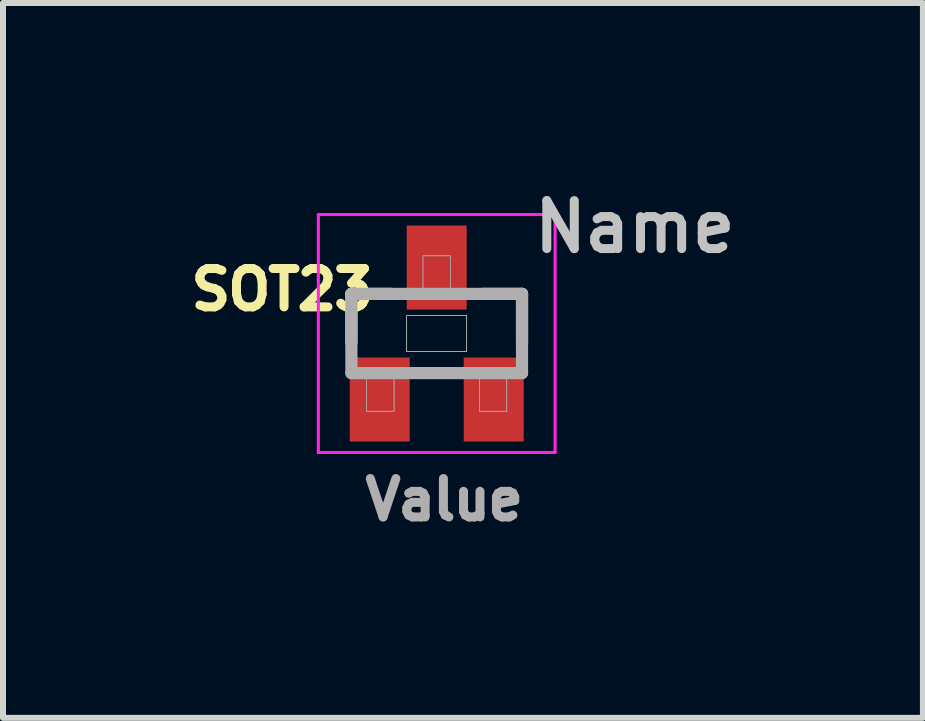
<source format=kicad_pcb>
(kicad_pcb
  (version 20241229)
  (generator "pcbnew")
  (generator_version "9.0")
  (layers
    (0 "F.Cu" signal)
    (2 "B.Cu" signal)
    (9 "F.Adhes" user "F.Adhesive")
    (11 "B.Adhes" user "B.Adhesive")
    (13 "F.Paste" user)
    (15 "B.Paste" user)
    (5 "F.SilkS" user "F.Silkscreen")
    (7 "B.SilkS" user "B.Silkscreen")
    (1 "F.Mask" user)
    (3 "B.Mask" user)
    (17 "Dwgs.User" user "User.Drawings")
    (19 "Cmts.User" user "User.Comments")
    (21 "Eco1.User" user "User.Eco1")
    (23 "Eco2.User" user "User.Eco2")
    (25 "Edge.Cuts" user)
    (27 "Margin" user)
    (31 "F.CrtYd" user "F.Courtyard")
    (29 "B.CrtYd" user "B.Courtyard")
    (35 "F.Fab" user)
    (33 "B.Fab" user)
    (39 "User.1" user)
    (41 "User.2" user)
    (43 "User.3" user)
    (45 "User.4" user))
  (footprint "SOT23"
    (layer "F.Cu")
    (at 4.229 2.509)
    (property "Reference" "SOT23" (at -2.575 -0.732 180) (layer "F.SilkS") (effects (font (size 0.64 0.64) (thickness 0.15))))
    (attr smd)
    (fp_line (start -1.422 -0.66) (end -0.764 -0.66) (stroke (width 0.203) (type solid)) (layer "F.SilkS"))
    (fp_line (start -1.422 0.152) (end -1.422 -0.66) (stroke (width 0.203) (type solid)) (layer "F.SilkS"))
    (fp_line (start 0.764 -0.66) (end 1.422 -0.66) (stroke (width 0.203) (type solid)) (layer "F.SilkS"))
    (fp_line (start 1.422 -0.66) (end 1.422 0.152) (stroke (width 0.203) (type solid)) (layer "F.SilkS"))
    (fp_poly (pts (xy -0.5 -0.3) (xy 0.5 -0.3) (xy 0.5 0.3) (xy -0.5 0.3)) (stroke (width 0.01) (type solid)) (fill no) (layer "Dwgs.User"))
    (fp_poly (pts (xy -0.5 -0.3) (xy 0.5 -0.3) (xy 0.5 0.3) (xy -0.5 0.3)) (stroke (width 0.01) (type solid)) (fill no) (layer "Dwgs.User"))
    (fp_line (start -1.973 -1.983) (end 1.973 -1.983) (stroke (width 0.051) (type solid)) (layer "F.CrtYd"))
    (fp_line (start -1.973 1.983) (end -1.973 -1.983) (stroke (width 0.051) (type solid)) (layer "F.CrtYd"))
    (fp_line (start 1.973 -1.983) (end 1.973 1.983) (stroke (width 0.051) (type solid)) (layer "F.CrtYd"))
    (fp_line (start 1.973 1.983) (end -1.973 1.983) (stroke (width 0.051) (type solid)) (layer "F.CrtYd"))
    (fp_line (start -1.422 -0.66) (end 1.422 -0.66) (stroke (width 0.203) (type solid)) (layer "F.Fab"))
    (fp_line (start -1.422 0.66) (end -1.422 -0.66) (stroke (width 0.203) (type solid)) (layer "F.Fab"))
    (fp_line (start -1.422 -0.66) (end 1.422 -0.66) (stroke (width 0.152) (type solid)) (layer "F.Fab"))
    (fp_line (start -1.422 0.66) (end -1.422 -0.66) (stroke (width 0.152) (type solid)) (layer "F.Fab"))
    (fp_line (start 1.422 -0.66) (end 1.422 0.66) (stroke (width 0.152) (type solid)) (layer "F.Fab"))
    (fp_line (start 1.422 0.66) (end -1.422 0.66) (stroke (width 0.152) (type solid)) (layer "F.Fab"))
    (fp_line (start 1.422 -0.66) (end 1.422 0.66) (stroke (width 0.203) (type solid)) (layer "F.Fab"))
    (fp_line (start 1.422 0.66) (end -1.422 0.66) (stroke (width 0.203) (type solid)) (layer "F.Fab"))
    (fp_poly (pts (xy -1.168 0.711) (xy -0.711 0.711) (xy -0.711 1.295) (xy -1.168 1.295)) (stroke (width 0.01) (type solid)) (fill no) (layer "F.Fab"))
    (fp_poly (pts (xy -1.168 0.711) (xy -0.711 0.711) (xy -0.711 1.295) (xy -1.168 1.295)) (stroke (width 0.01) (type solid)) (fill no) (layer "F.Fab"))
    (fp_poly (pts (xy -0.229 -1.295) (xy 0.229 -1.295) (xy 0.229 -0.711) (xy -0.229 -0.711)) (stroke (width 0.01) (type solid)) (fill no) (layer "F.Fab"))
    (fp_poly (pts (xy -0.229 -1.295) (xy 0.229 -1.295) (xy 0.229 -0.711) (xy -0.229 -0.711)) (stroke (width 0.01) (type solid)) (fill no) (layer "F.Fab"))
    (fp_poly (pts (xy 0.711 0.711) (xy 1.168 0.711) (xy 1.168 1.295) (xy 0.711 1.295)) (stroke (width 0.01) (type solid)) (fill no) (layer "F.Fab"))
    (fp_poly (pts (xy 0.711 0.711) (xy 1.168 0.711) (xy 1.168 1.295) (xy 0.711 1.295)) (stroke (width 0.01) (type solid)) (fill no) (layer "F.Fab"))
    (fp_text user "Name" (at 3.302 -1.778 0) (layer "Dwgs.User") (effects (font (size 0.8 0.8) (thickness 0.15))))
    (fp_text user "Value" (at 0.127 2.769 0) (layer "F.Fab") (effects (font (size 0.64 0.64) (thickness 0.15))))
    (pad "1" smd rect (at -0.95 1.1) (size 1 1.4) (layers "F.Cu" "F.Mask" "F.Paste"))
    (pad "2" smd rect (at 0.95 1.1) (size 1 1.4) (layers "F.Cu" "F.Mask" "F.Paste"))
    (pad "3" smd rect (at 0 -1.1) (size 1 1.4) (layers "F.Cu" "F.Mask" "F.Paste")))
  (gr_rect
    (start -3 -3)
    (end 12.333 8.915)
    (stroke (width 0.1) (type default))
    (fill no)
    (layer "Edge.Cuts")))
</source>
